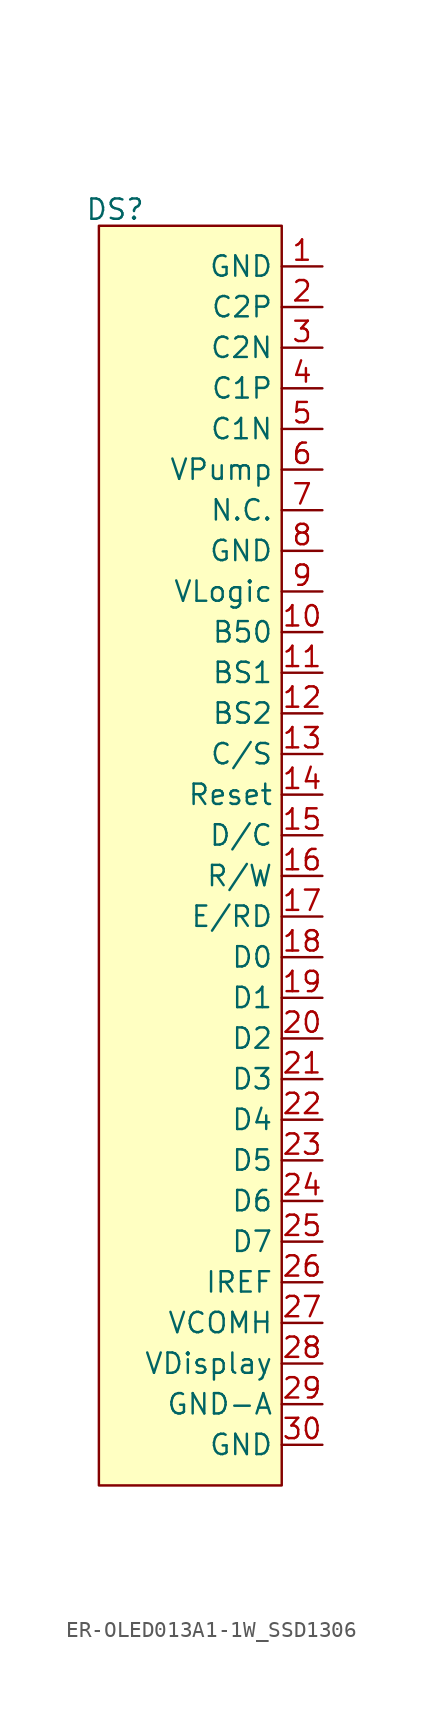
<source format=kicad_sym>
(kicad_symbol_lib
  (version 20231120)
  (generator "kicad_symbol_editor")
  (generator_version "8.0")
  (symbol "ER-OLED013A1-1W_SSD1306"
    (property "Reference" "DS"
      (at -10.414 3.556 0)
      (effects (font (size 1.27 1.27))))
    (property "Value" ""
      (at 0 0 0)
      (effects (font (size 1.27 1.27))))
    (symbol "ER-OLED013A1-1W_SSD1306_0_0"
      (pin passive line (at 2.54 0 180) (length 2.54) (name "GND" (effects (font (size 1.27 1.27)))) (number "1" (effects (font (size 1.27 1.27)))))
      (pin passive line (at 2.54 -22.86 180) (length 2.54) (name "B50" (effects (font (size 1.27 1.27)))) (number "10" (effects (font (size 1.27 1.27)))))
      (pin passive line (at 2.54 -25.4 180) (length 2.54) (name "BS1" (effects (font (size 1.27 1.27)))) (number "11" (effects (font (size 1.27 1.27)))))
      (pin passive line (at 2.54 -27.94 180) (length 2.54) (name "BS2" (effects (font (size 1.27 1.27)))) (number "12" (effects (font (size 1.27 1.27)))))
      (pin passive line (at 2.54 -30.48 180) (length 2.54) (name "C/S" (effects (font (size 1.27 1.27)))) (number "13" (effects (font (size 1.27 1.27)))))
      (pin passive line (at 2.54 -33.02 180) (length 2.54) (name "Reset" (effects (font (size 1.27 1.27)))) (number "14" (effects (font (size 1.27 1.27)))))
      (pin passive line (at 2.54 -35.56 180) (length 2.54) (name "D/C" (effects (font (size 1.27 1.27)))) (number "15" (effects (font (size 1.27 1.27)))))
      (pin passive line (at 2.54 -38.1 180) (length 2.54) (name "R/W" (effects (font (size 1.27 1.27)))) (number "16" (effects (font (size 1.27 1.27)))))
      (pin passive line (at 2.54 -40.64 180) (length 2.54) (name "E/RD" (effects (font (size 1.27 1.27)))) (number "17" (effects (font (size 1.27 1.27)))))
      (pin passive line (at 2.54 -43.18 180) (length 2.54) (name "D0" (effects (font (size 1.27 1.27)))) (number "18" (effects (font (size 1.27 1.27)))))
      (pin passive line (at 2.54 -45.72 180) (length 2.54) (name "D1" (effects (font (size 1.27 1.27)))) (number "19" (effects (font (size 1.27 1.27)))))
      (pin passive line (at 2.54 -2.54 180) (length 2.54) (name "C2P" (effects (font (size 1.27 1.27)))) (number "2" (effects (font (size 1.27 1.27)))))
      (pin passive line (at 2.54 -48.26 180) (length 2.54) (name "D2" (effects (font (size 1.27 1.27)))) (number "20" (effects (font (size 1.27 1.27)))))
      (pin passive line (at 2.54 -50.8 180) (length 2.54) (name "D3" (effects (font (size 1.27 1.27)))) (number "21" (effects (font (size 1.27 1.27)))))
      (pin passive line (at 2.54 -53.34 180) (length 2.54) (name "D4" (effects (font (size 1.27 1.27)))) (number "22" (effects (font (size 1.27 1.27)))))
      (pin passive line (at 2.54 -55.88 180) (length 2.54) (name "D5" (effects (font (size 1.27 1.27)))) (number "23" (effects (font (size 1.27 1.27)))))
      (pin passive line (at 2.54 -58.42 180) (length 2.54) (name "D6" (effects (font (size 1.27 1.27)))) (number "24" (effects (font (size 1.27 1.27)))))
      (pin passive line (at 2.54 -60.96 180) (length 2.54) (name "D7" (effects (font (size 1.27 1.27)))) (number "25" (effects (font (size 1.27 1.27)))))
      (pin passive line (at 2.54 -63.5 180) (length 2.54) (name "IREF" (effects (font (size 1.27 1.27)))) (number "26" (effects (font (size 1.27 1.27)))))
      (pin passive line (at 2.54 -66.04 180) (length 2.54) (name "VCOMH" (effects (font (size 1.27 1.27)))) (number "27" (effects (font (size 1.27 1.27)))))
      (pin passive line (at 2.54 -68.58 180) (length 2.54) (name "VDisplay" (effects (font (size 1.27 1.27)))) (number "28" (effects (font (size 1.27 1.27)))))
      (pin passive line (at 2.54 -71.12 180) (length 2.54) (name "GND-A" (effects (font (size 1.27 1.27)))) (number "29" (effects (font (size 1.27 1.27)))))
      (pin passive line (at 2.54 -5.08 180) (length 2.54) (name "C2N" (effects (font (size 1.27 1.27)))) (number "3" (effects (font (size 1.27 1.27)))))
      (pin passive line (at 2.54 -73.66 180) (length 2.54) (name "GND" (effects (font (size 1.27 1.27)))) (number "30" (effects (font (size 1.27 1.27)))))
      (pin passive line (at 2.54 -7.62 180) (length 2.54) (name "C1P" (effects (font (size 1.27 1.27)))) (number "4" (effects (font (size 1.27 1.27)))))
      (pin passive line (at 2.54 -10.16 180) (length 2.54) (name "C1N" (effects (font (size 1.27 1.27)))) (number "5" (effects (font (size 1.27 1.27)))))
      (pin passive line (at 2.54 -12.7 180) (length 2.54) (name "VPump" (effects (font (size 1.27 1.27)))) (number "6" (effects (font (size 1.27 1.27)))))
      (pin passive line (at 2.54 -15.24 180) (length 2.54) (name "N.C." (effects (font (size 1.27 1.27)))) (number "7" (effects (font (size 1.27 1.27)))))
      (pin passive line (at 2.54 -17.78 180) (length 2.54) (name "GND" (effects (font (size 1.27 1.27)))) (number "8" (effects (font (size 1.27 1.27)))))
      (pin passive line (at 2.54 -20.32 180) (length 2.54) (name "VLogic" (effects (font (size 1.27 1.27)))) (number "9" (effects (font (size 1.27 1.27))))))
    (symbol "ER-OLED013A1-1W_SSD1306_1_1"
      (rectangle (start -11.43 2.54) (end 0 -76.2) (stroke (width 0) (type default)) (fill (type background))))))
</source>
